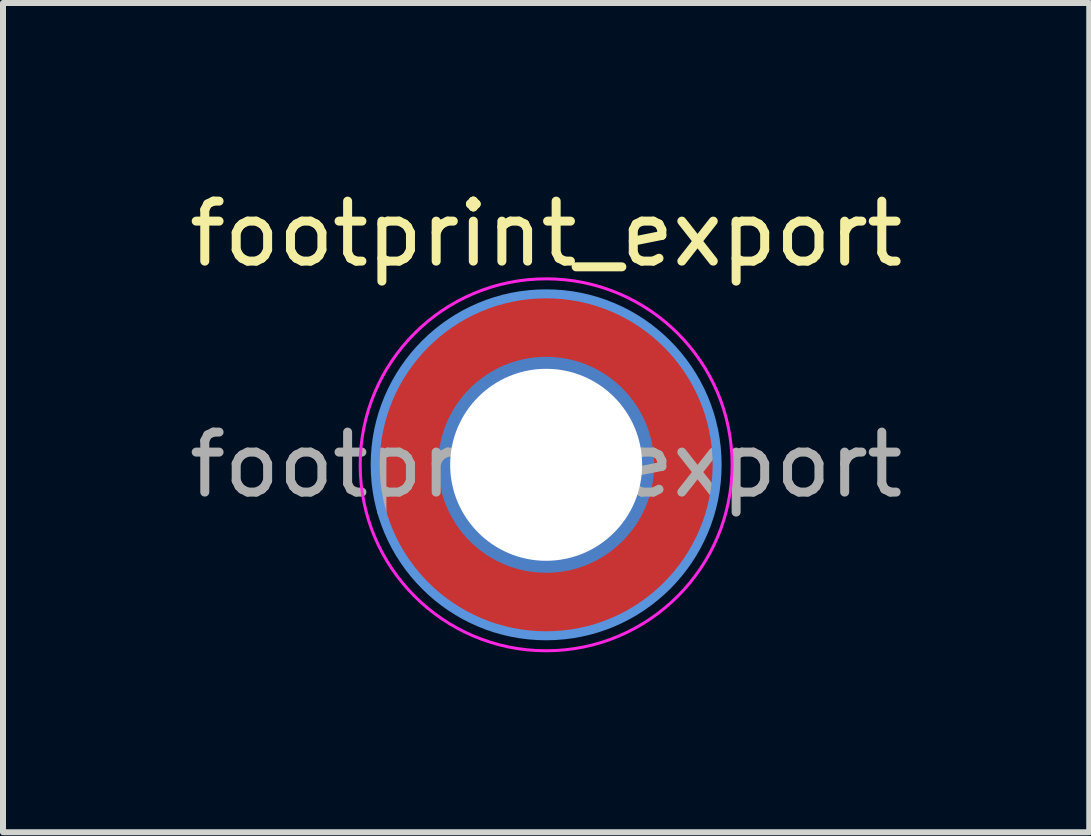
<source format=kicad_pcb>
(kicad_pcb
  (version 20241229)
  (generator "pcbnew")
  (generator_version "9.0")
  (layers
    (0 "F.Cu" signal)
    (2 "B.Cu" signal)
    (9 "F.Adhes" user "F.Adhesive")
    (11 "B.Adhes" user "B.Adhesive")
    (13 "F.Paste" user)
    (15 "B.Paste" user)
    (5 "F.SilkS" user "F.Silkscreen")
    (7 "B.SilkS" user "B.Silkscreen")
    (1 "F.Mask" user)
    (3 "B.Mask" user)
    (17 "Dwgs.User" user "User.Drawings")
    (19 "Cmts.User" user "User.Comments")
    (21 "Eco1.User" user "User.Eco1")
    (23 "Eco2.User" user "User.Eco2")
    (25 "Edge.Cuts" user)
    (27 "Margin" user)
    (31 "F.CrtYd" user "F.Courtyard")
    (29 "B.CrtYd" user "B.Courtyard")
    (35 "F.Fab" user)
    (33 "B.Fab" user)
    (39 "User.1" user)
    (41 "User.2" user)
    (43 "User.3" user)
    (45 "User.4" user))
  (footprint "footprint_export"
    (layer "F.Cu")
    (at 6.054 4.698)
    (property "Reference" "footprint_export" (at 0 -3.85 0) (layer "F.SilkS") (effects (font (size 1 1) (thickness 0.15))))
    (attr exclude_from_pos_files exclude_from_bom)
    (fp_circle (center 0 0) (end 2.85 0) (stroke (width 0.15) (type solid)) (fill no) (layer "Cmts.User"))
    (fp_circle (center 0 0) (end 3.1 0) (stroke (width 0.05) (type solid)) (fill no) (layer "F.CrtYd"))
    (fp_text user "${REFERENCE}" (at 0 0 0) (layer "F.Fab") (effects (font (size 1 1) (thickness 0.15))))
    (pad "1" thru_hole circle (at 0 0) (size 3.6 3.6) (drill 3.2) (layers "*.Cu" "*.Mask"))
    (pad "1" connect circle (at 0 0) (size 5.7 5.7) (layers "F.Cu" "F.Mask")))
  (gr_rect
    (start -3 -3)
    (end 15.107 10.823)
    (stroke (width 0.1) (type default))
    (fill no)
    (layer "Edge.Cuts")))
</source>
